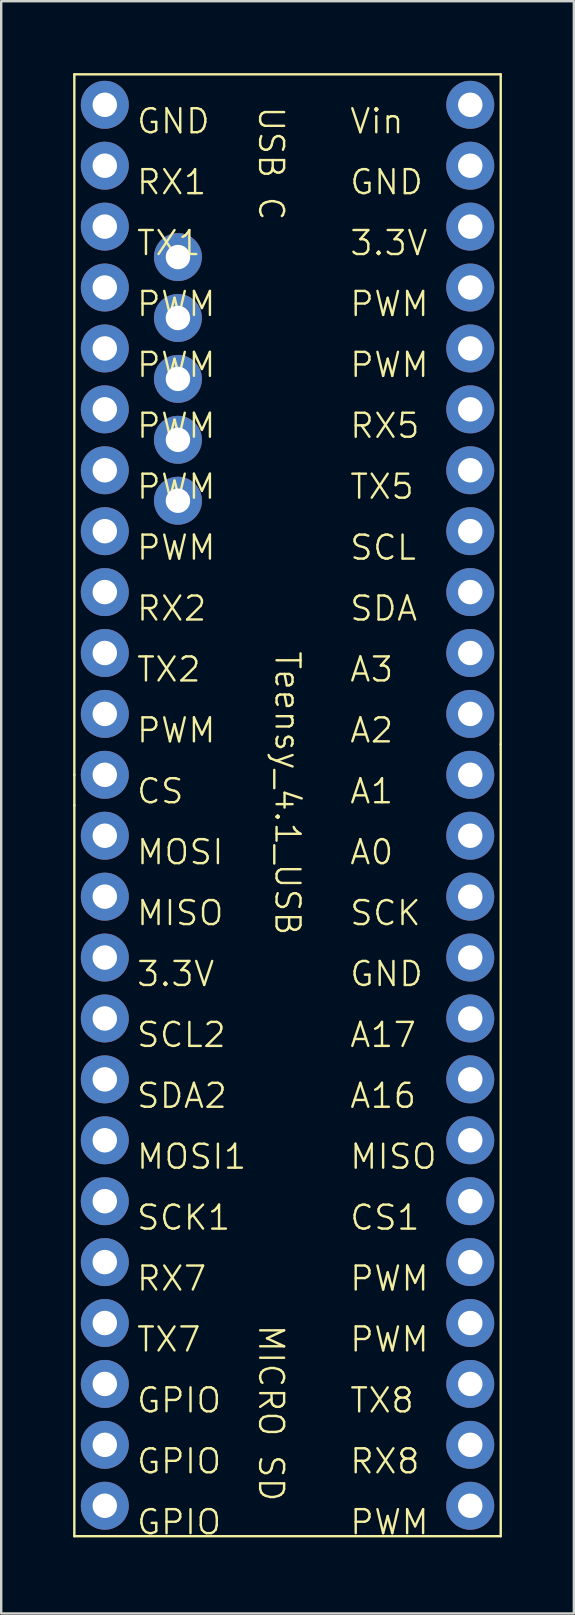
<source format=kicad_pcb>
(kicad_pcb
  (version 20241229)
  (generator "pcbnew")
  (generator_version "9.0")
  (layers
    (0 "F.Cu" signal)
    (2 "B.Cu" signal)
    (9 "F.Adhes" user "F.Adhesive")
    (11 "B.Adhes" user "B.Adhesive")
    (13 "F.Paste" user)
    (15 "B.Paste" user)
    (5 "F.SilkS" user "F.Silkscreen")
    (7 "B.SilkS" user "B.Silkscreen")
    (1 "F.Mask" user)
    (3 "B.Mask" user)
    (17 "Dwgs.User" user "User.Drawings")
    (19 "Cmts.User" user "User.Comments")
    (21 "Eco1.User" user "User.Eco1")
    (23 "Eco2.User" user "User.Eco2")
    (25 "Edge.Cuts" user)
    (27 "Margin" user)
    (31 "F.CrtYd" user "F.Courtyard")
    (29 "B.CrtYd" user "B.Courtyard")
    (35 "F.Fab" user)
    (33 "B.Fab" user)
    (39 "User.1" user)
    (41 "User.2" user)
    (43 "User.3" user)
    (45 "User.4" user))
  (footprint "Teensy_4.1_USB"
    (layer "F.Cu")
    (at 8.94 30.53)
    (property "Reference" "Teensy_4.1_USB" (at 0 -0.5 270) (unlocked yes) (layer "F.SilkS") (effects (font (size 1 1) (thickness 0.1))))
    (attr through_hole)
    (fp_line (start -8.89 -1.27) (end -8.89 -30.48) (stroke (width 0.1) (type default)) (layer "F.SilkS"))
    (fp_line (start -8.89 -1.27) (end -8.89 0) (stroke (width 0.1) (type default)) (layer "F.SilkS"))
    (fp_line (start -8.89 0) (end -8.89 30.48) (stroke (width 0.1) (type default)) (layer "F.SilkS"))
    (fp_line (start -8.89 30.48) (end 8.89 30.48) (stroke (width 0.1) (type default)) (layer "F.SilkS"))
    (fp_line (start 8.89 -30.48) (end -8.89 -30.48) (stroke (width 0.1) (type default)) (layer "F.SilkS"))
    (fp_line (start 8.89 -30.48) (end 8.89 -2.54) (stroke (width 0.1) (type default)) (layer "F.SilkS"))
    (fp_line (start 8.89 30.48) (end 8.89 -2.54) (stroke (width 0.1) (type default)) (layer "F.SilkS"))
    (fp_text user "RX8" (at 2.54 27.94 0) (unlocked yes) (layer "F.SilkS") (effects (font (size 1 1) (thickness 0.1)) (justify left bottom)))
    (fp_text user "RX7" (at -6.35 20.32 0) (unlocked yes) (layer "F.SilkS") (effects (font (size 1 1) (thickness 0.1)) (justify left bottom)))
    (fp_text user "PWM" (at -6.35 -15.24 0) (unlocked yes) (layer "F.SilkS") (effects (font (size 1 1) (thickness 0.1)) (justify left bottom)))
    (fp_text user "A3" (at 2.54 -5.08 0) (unlocked yes) (layer "F.SilkS") (effects (font (size 1 1) (thickness 0.1)) (justify left bottom)))
    (fp_text user "PWM" (at -6.35 -17.78 0) (unlocked yes) (layer "F.SilkS") (effects (font (size 1 1) (thickness 0.1)) (justify left bottom)))
    (fp_text user "CS" (at -6.35 0 0) (unlocked yes) (layer "F.SilkS") (effects (font (size 1 1) (thickness 0.1)) (justify left bottom)))
    (fp_text user "SCK1" (at -6.35 17.78 0) (unlocked yes) (layer "F.SilkS") (effects (font (size 1 1) (thickness 0.1)) (justify left bottom)))
    (fp_text user "RX5" (at 2.54 -15.24 0) (unlocked yes) (layer "F.SilkS") (effects (font (size 1 1) (thickness 0.1)) (justify left bottom)))
    (fp_text user "PWM" (at -6.35 -20.32 0) (unlocked yes) (layer "F.SilkS") (effects (font (size 1 1) (thickness 0.1)) (justify left bottom)))
    (fp_text user "CS1" (at 2.54 17.78 0) (unlocked yes) (layer "F.SilkS") (effects (font (size 1 1) (thickness 0.1)) (justify left bottom)))
    (fp_text user "GPIO" (at -6.35 30.48 0) (unlocked yes) (layer "F.SilkS") (effects (font (size 1 1) (thickness 0.1)) (justify left bottom)))
    (fp_text user "A0" (at 2.54 2.54 0) (unlocked yes) (layer "F.SilkS") (effects (font (size 1 1) (thickness 0.1)) (justify left bottom)))
    (fp_text user "SCK" (at 2.54 5.08 0) (unlocked yes) (layer "F.SilkS") (effects (font (size 1 1) (thickness 0.1)) (justify left bottom)))
    (fp_text user "MOSI" (at -6.35 2.54 0) (unlocked yes) (layer "F.SilkS") (effects (font (size 1 1) (thickness 0.1)) (justify left bottom)))
    (fp_text user "PWM" (at 2.54 30.48 0) (unlocked yes) (layer "F.SilkS") (effects (font (size 1 1) (thickness 0.1)) (justify left bottom)))
    (fp_text user "SDA" (at 2.54 -7.62 0) (unlocked yes) (layer "F.SilkS") (effects (font (size 1 1) (thickness 0.1)) (justify left bottom)))
    (fp_text user "MISO" (at 2.54 15.24 0) (unlocked yes) (layer "F.SilkS") (effects (font (size 1 1) (thickness 0.1)) (justify left bottom)))
    (fp_text user "Vin" (at 2.54 -27.94 0) (unlocked yes) (layer "F.SilkS") (effects (font (size 1 1) (thickness 0.1)) (justify left bottom)))
    (fp_text user "A16" (at 2.54 12.7 0) (unlocked yes) (layer "F.SilkS") (effects (font (size 1 1) (thickness 0.1)) (justify left bottom)))
    (fp_text user "TX8" (at 2.54 25.4 0) (unlocked yes) (layer "F.SilkS") (effects (font (size 1 1) (thickness 0.1)) (justify left bottom)))
    (fp_text user "TX1" (at -6.35 -22.86 0) (unlocked yes) (layer "F.SilkS") (effects (font (size 1 1) (thickness 0.1)) (justify left bottom)))
    (fp_text user "PWM" (at -6.35 -10.16 0) (unlocked yes) (layer "F.SilkS") (effects (font (size 1 1) (thickness 0.1)) (justify left bottom)))
    (fp_text user "RX2" (at -6.35 -7.62 0) (unlocked yes) (layer "F.SilkS") (effects (font (size 1 1) (thickness 0.1)) (justify left bottom)))
    (fp_text user "MOSI1" (at -6.35 15.24 0) (unlocked yes) (layer "F.SilkS") (effects (font (size 1 1) (thickness 0.1)) (justify left bottom)))
    (fp_text user "MISO" (at -6.35 5.08 0) (unlocked yes) (layer "F.SilkS") (effects (font (size 1 1) (thickness 0.1)) (justify left bottom)))
    (fp_text user "GPIO" (at -6.35 27.94 0) (unlocked yes) (layer "F.SilkS") (effects (font (size 1 1) (thickness 0.1)) (justify left bottom)))
    (fp_text user "PWM" (at -6.35 -2.54 0) (unlocked yes) (layer "F.SilkS") (effects (font (size 1 1) (thickness 0.1)) (justify left bottom)))
    (fp_text user "3.3V" (at 2.54 -22.86 0) (unlocked yes) (layer "F.SilkS") (effects (font (size 1 1) (thickness 0.1)) (justify left bottom)))
    (fp_text user "TX7" (at -6.35 22.86 0) (unlocked yes) (layer "F.SilkS") (effects (font (size 1 1) (thickness 0.1)) (justify left bottom)))
    (fp_text user "PWM" (at 2.54 -17.78 0) (unlocked yes) (layer "F.SilkS") (effects (font (size 1 1) (thickness 0.1)) (justify left bottom)))
    (fp_text user "PWM" (at 2.54 20.32 0) (unlocked yes) (layer "F.SilkS") (effects (font (size 1 1) (thickness 0.1)) (justify left bottom)))
    (fp_text user "USB C" (at -1.27 -29.21 270) (unlocked yes) (layer "F.SilkS") (effects (font (size 1 1) (thickness 0.1)) (justify left bottom)))
    (fp_text user "SCL2" (at -6.35 10.16 0) (unlocked yes) (layer "F.SilkS") (effects (font (size 1 1) (thickness 0.1)) (justify left bottom)))
    (fp_text user "A2" (at 2.54 -2.54 0) (unlocked yes) (layer "F.SilkS") (effects (font (size 1 1) (thickness 0.1)) (justify left bottom)))
    (fp_text user "TX2" (at -6.35 -5.08 0) (unlocked yes) (layer "F.SilkS") (effects (font (size 1 1) (thickness 0.1)) (justify left bottom)))
    (fp_text user "TX5" (at 2.54 -12.7 0) (unlocked yes) (layer "F.SilkS") (effects (font (size 1 1) (thickness 0.1)) (justify left bottom)))
    (fp_text user "GPIO" (at -6.35 25.4 0) (unlocked yes) (layer "F.SilkS") (effects (font (size 1 1) (thickness 0.1)) (justify left bottom)))
    (fp_text user "PWM" (at -6.35 -12.7 0) (unlocked yes) (layer "F.SilkS") (effects (font (size 1 1) (thickness 0.1)) (justify left bottom)))
    (fp_text user "3.3V" (at -6.35 7.62 0) (unlocked yes) (layer "F.SilkS") (effects (font (size 1 1) (thickness 0.1)) (justify left bottom)))
    (fp_text user "GND" (at -6.35 -27.94 0) (unlocked yes) (layer "F.SilkS") (effects (font (size 1 1) (thickness 0.1)) (justify left bottom)))
    (fp_text user "GND" (at 2.54 7.62 0) (unlocked yes) (layer "F.SilkS") (effects (font (size 1 1) (thickness 0.1)) (justify left bottom)))
    (fp_text user "SCL" (at 2.54 -10.16 0) (unlocked yes) (layer "F.SilkS") (effects (font (size 1 1) (thickness 0.1)) (justify left bottom)))
    (fp_text user "PWM" (at 2.54 -20.32 0) (unlocked yes) (layer "F.SilkS") (effects (font (size 1 1) (thickness 0.1)) (justify left bottom)))
    (fp_text user "SDA2" (at -6.35 12.7 0) (unlocked yes) (layer "F.SilkS") (effects (font (size 1 1) (thickness 0.1)) (justify left bottom)))
    (fp_text user "A1" (at 2.54 0 0) (unlocked yes) (layer "F.SilkS") (effects (font (size 1 1) (thickness 0.1)) (justify left bottom)))
    (fp_text user "GND" (at 2.54 -25.4 0) (unlocked yes) (layer "F.SilkS") (effects (font (size 1 1) (thickness 0.1)) (justify left bottom)))
    (fp_text user "RX1" (at -6.35 -25.4 0) (unlocked yes) (layer "F.SilkS") (effects (font (size 1 1) (thickness 0.1)) (justify left bottom)))
    (fp_text user "PWM" (at 2.54 22.86 0) (unlocked yes) (layer "F.SilkS") (effects (font (size 1 1) (thickness 0.1)) (justify left bottom)))
    (fp_text user "MICRO SD" (at -1.27 21.59 270) (unlocked yes) (layer "F.SilkS") (effects (font (size 1 1) (thickness 0.1)) (justify left bottom)))
    (fp_text user "A17" (at 2.54 10.16 0) (unlocked yes) (layer "F.SilkS") (effects (font (size 1 1) (thickness 0.1)) (justify left bottom)))
    (pad "0" thru_hole circle (at -7.62 -29.21) (size 2 2) (drill 1.02) (layers "*.Cu" "*.Mask"))
    (pad "1" thru_hole circle (at -7.62 -26.67) (size 2 2) (drill 1.02) (layers "*.Cu" "*.Mask"))
    (pad "2" thru_hole circle (at -7.62 -24.13) (size 2 2) (drill 1.02) (layers "*.Cu" "*.Mask"))
    (pad "3" thru_hole circle (at -7.62 -21.59) (size 2 2) (drill 1.02) (layers "*.Cu" "*.Mask"))
    (pad "4" thru_hole circle (at -7.62 -19.05) (size 2 2) (drill 1.02) (layers "*.Cu" "*.Mask"))
    (pad "5" thru_hole circle (at -7.62 -16.51) (size 2 2) (drill 1.02) (layers "*.Cu" "*.Mask"))
    (pad "6" thru_hole circle (at -7.62 -13.97) (size 2 2) (drill 1.02) (layers "*.Cu" "*.Mask"))
    (pad "7" thru_hole circle (at -7.62 -11.43) (size 2 2) (drill 1.02) (layers "*.Cu" "*.Mask"))
    (pad "8" thru_hole circle (at -7.62 -8.89) (size 2 2) (drill 1.02) (layers "*.Cu" "*.Mask"))
    (pad "9" thru_hole circle (at -7.62 -6.35) (size 2 2) (drill 1.02) (layers "*.Cu" "*.Mask"))
    (pad "10" thru_hole circle (at -7.62 -3.81) (size 2 2) (drill 1.02) (layers "*.Cu" "*.Mask"))
    (pad "11" thru_hole circle (at -7.62 -1.27) (size 2 2) (drill 1.02) (layers "*.Cu" "*.Mask"))
    (pad "12" thru_hole circle (at -7.62 1.27) (size 2 2) (drill 1.02) (layers "*.Cu" "*.Mask"))
    (pad "13" thru_hole circle (at -7.62 3.81) (size 2 2) (drill 1.02) (layers "*.Cu" "*.Mask"))
    (pad "14" thru_hole circle (at -7.62 6.35) (size 2 2) (drill 1.02) (layers "*.Cu" "*.Mask"))
    (pad "15" thru_hole circle (at -7.62 8.89) (size 2 2) (drill 1.02) (layers "*.Cu" "*.Mask"))
    (pad "16" thru_hole circle (at -7.62 11.43) (size 2 2) (drill 1.02) (layers "*.Cu" "*.Mask"))
    (pad "17" thru_hole circle (at -7.62 13.97) (size 2 2) (drill 1.02) (layers "*.Cu" "*.Mask"))
    (pad "18" thru_hole circle (at -7.62 16.51) (size 2 2) (drill 1.02) (layers "*.Cu" "*.Mask"))
    (pad "19" thru_hole circle (at -7.62 19.05) (size 2 2) (drill 1.02) (layers "*.Cu" "*.Mask"))
    (pad "20" thru_hole circle (at -7.62 21.59) (size 2 2) (drill 1.02) (layers "*.Cu" "*.Mask"))
    (pad "21" thru_hole circle (at -7.62 24.13) (size 2 2) (drill 1.02) (layers "*.Cu" "*.Mask"))
    (pad "22" thru_hole circle (at -7.62 26.67) (size 2 2) (drill 1.02) (layers "*.Cu" "*.Mask"))
    (pad "23" thru_hole circle (at -7.62 29.21) (size 2 2) (drill 1.02) (layers "*.Cu" "*.Mask"))
    (pad "24" thru_hole circle (at 7.62 29.21) (size 2 2) (drill 1.02) (layers "*.Cu" "*.Mask"))
    (pad "25" thru_hole circle (at 7.62 26.67) (size 2 2) (drill 1.02) (layers "*.Cu" "*.Mask"))
    (pad "26" thru_hole circle (at 7.62 24.13) (size 2 2) (drill 1.02) (layers "*.Cu" "*.Mask"))
    (pad "27" thru_hole circle (at 7.62 21.59) (size 2 2) (drill 1.02) (layers "*.Cu" "*.Mask"))
    (pad "28" thru_hole circle (at 7.62 19.05) (size 2 2) (drill 1.02) (layers "*.Cu" "*.Mask"))
    (pad "29" thru_hole circle (at 7.62 16.51) (size 2 2) (drill 1.02) (layers "*.Cu" "*.Mask"))
    (pad "30" thru_hole circle (at 7.62 13.97) (size 2 2) (drill 1.02) (layers "*.Cu" "*.Mask"))
    (pad "31" thru_hole circle (at 7.62 11.43) (size 2 2) (drill 1.02) (layers "*.Cu" "*.Mask"))
    (pad "32" thru_hole circle (at 7.62 8.89) (size 2 2) (drill 1.02) (layers "*.Cu" "*.Mask"))
    (pad "33" thru_hole circle (at 7.62 6.35) (size 2 2) (drill 1.02) (layers "*.Cu" "*.Mask"))
    (pad "34" thru_hole circle (at 7.62 3.81) (size 2 2) (drill 1.02) (layers "*.Cu" "*.Mask"))
    (pad "35" thru_hole circle (at 7.62 1.27) (size 2 2) (drill 1.02) (layers "*.Cu" "*.Mask"))
    (pad "36" thru_hole circle (at 7.62 -1.27) (size 2 2) (drill 1.02) (layers "*.Cu" "*.Mask"))
    (pad "37" thru_hole circle (at 7.62 -3.81) (size 2 2) (drill 1.02) (layers "*.Cu" "*.Mask"))
    (pad "38" thru_hole circle (at 7.62 -6.35) (size 2 2) (drill 1.02) (layers "*.Cu" "*.Mask"))
    (pad "39" thru_hole circle (at 7.62 -8.89) (size 2 2) (drill 1.02) (layers "*.Cu" "*.Mask"))
    (pad "40" thru_hole circle (at 7.62 -11.43) (size 2 2) (drill 1.02) (layers "*.Cu" "*.Mask"))
    (pad "41" thru_hole circle (at 7.62 -13.97) (size 2 2) (drill 1.02) (layers "*.Cu" "*.Mask"))
    (pad "42" thru_hole circle (at 7.62 -16.51) (size 2 2) (drill 1.02) (layers "*.Cu" "*.Mask"))
    (pad "43" thru_hole circle (at 7.62 -19.05) (size 2 2) (drill 1.02) (layers "*.Cu" "*.Mask"))
    (pad "44" thru_hole circle (at 7.62 -21.59) (size 2 2) (drill 1.02) (layers "*.Cu" "*.Mask"))
    (pad "45" thru_hole circle (at 7.62 -24.13) (size 2 2) (drill 1.02) (layers "*.Cu" "*.Mask"))
    (pad "46" thru_hole circle (at 7.62 -26.67) (size 2 2) (drill 1.02) (layers "*.Cu" "*.Mask"))
    (pad "47" thru_hole circle (at 7.62 -29.21) (size 2 2) (drill 1.02) (layers "*.Cu" "*.Mask"))
    (pad "U1" thru_hole circle (at -4.57 -22.86) (size 2 2) (drill 1.02) (layers "*.Cu" "*.Mask"))
    (pad "U2" thru_hole circle (at -4.57 -20.32) (size 2 2) (drill 1.02) (layers "*.Cu" "*.Mask"))
    (pad "U3" thru_hole circle (at -4.57 -17.78) (size 2 2) (drill 1.02) (layers "*.Cu" "*.Mask"))
    (pad "U4" thru_hole circle (at -4.57 -15.24) (size 2 2) (drill 1.02) (layers "*.Cu" "*.Mask"))
    (pad "U5" thru_hole circle (at -4.57 -12.7) (size 2 2) (drill 1.02) (layers "*.Cu" "*.Mask")))
  (gr_rect
    (start -3 -3)
    (end 20.88 64.231)
    (stroke (width 0.1) (type default))
    (fill no)
    (layer "Edge.Cuts")))
</source>
